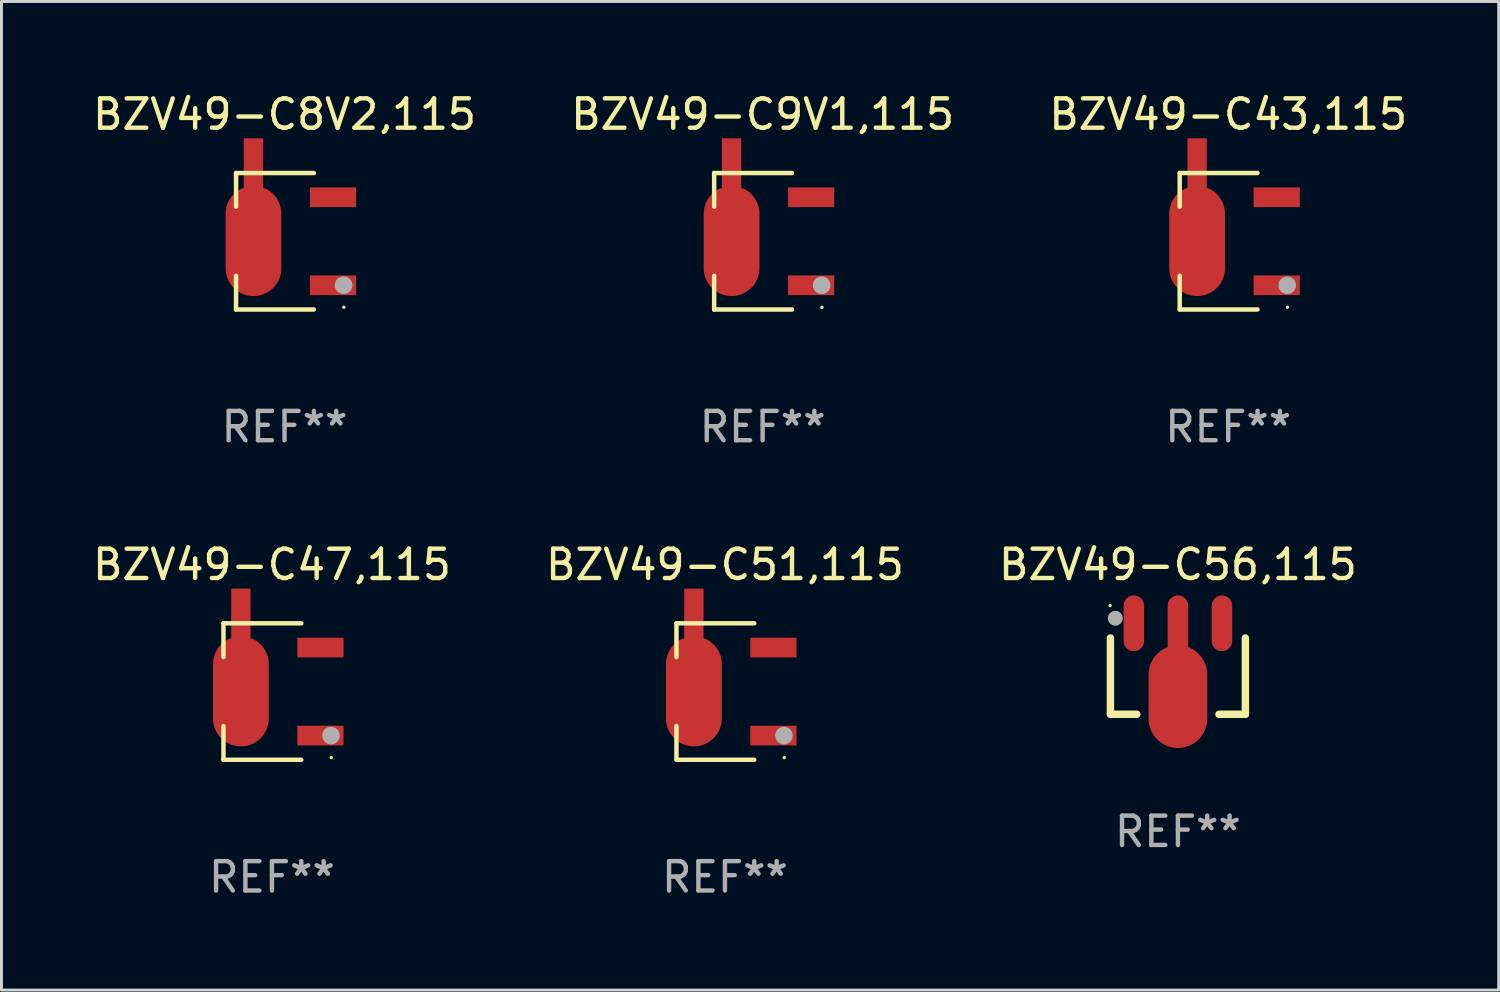
<source format=kicad_pcb>
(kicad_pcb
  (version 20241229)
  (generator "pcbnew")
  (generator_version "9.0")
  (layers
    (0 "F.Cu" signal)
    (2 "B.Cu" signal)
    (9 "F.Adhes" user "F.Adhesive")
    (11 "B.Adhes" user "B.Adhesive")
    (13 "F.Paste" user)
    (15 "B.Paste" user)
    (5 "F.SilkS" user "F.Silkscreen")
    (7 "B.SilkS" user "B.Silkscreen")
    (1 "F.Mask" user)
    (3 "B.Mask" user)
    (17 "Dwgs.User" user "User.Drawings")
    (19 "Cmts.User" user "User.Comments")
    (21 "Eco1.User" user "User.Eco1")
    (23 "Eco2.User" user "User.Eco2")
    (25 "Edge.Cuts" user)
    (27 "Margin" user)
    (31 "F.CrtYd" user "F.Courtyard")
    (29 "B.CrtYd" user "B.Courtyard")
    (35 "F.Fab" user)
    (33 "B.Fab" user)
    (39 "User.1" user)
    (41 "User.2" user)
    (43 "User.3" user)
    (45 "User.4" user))
  (footprint "BZV49-C9V1,115"
    (layer "F.Cu")
    (at 22.946 5.174)
    (property "Reference" "BZV49-C9V1,115" (at 0 -4.326 0) (layer "F.SilkS") (effects (font (size 1 1) (thickness 0.15))))
    (attr through_hole)
    (fp_line (start -1.653 -2.326) (end -1.653 -1.177) (stroke (width 0.152) (type solid)) (layer "F.SilkS"))
    (fp_line (start -1.653 2.326) (end -1.653 1.177) (stroke (width 0.152) (type solid)) (layer "F.SilkS"))
    (fp_line (start 0.999 -2.326) (end -1.653 -2.326) (stroke (width 0.152) (type solid)) (layer "F.SilkS"))
    (fp_line (start 0.999 2.326) (end -1.653 2.326) (stroke (width 0.152) (type solid)) (layer "F.SilkS"))
    (fp_circle (center 2.021 2.25) (end 2.051 2.25) (stroke (width 0.06) (type solid)) (fill no) (layer "F.SilkS"))
    (fp_circle (center 2.012 1.5) (end 2.162 1.5) (stroke (width 0.3) (type solid)) (fill no) (layer "F.Fab"))
    (fp_text user "REF**" (at 0 6.326 0) (layer "F.Fab") (effects (font (size 1 1) (thickness 0.15))))
    (pad "1" smd rect (at 1.653 1.5) (size 1.575 0.672) (layers "F.Cu" "F.Mask" "F.Paste"))
    (pad "2" smd custom (at -1.059 -0.009 90) (size 1.9 5.377) (layers "F.Cu" "F.Mask" "F.Paste") (options (anchor circle)) (primitives (gr_poly (pts (xy -0.927 -0.95) (xy 0.927 -0.95) (xy 0.972 -0.949) (xy 1.016 -0.946) (xy 1.06 -0.941) (xy 1.104 -0.933) (xy 1.148 -0.924) (xy 1.191 -0.913) (xy 1.233 -0.899) (xy 1.275 -0.884) (xy 1.316 -0.867) (xy 1.357 -0.848) (xy 1.396 -0.826) (xy 1.434 -0.804) (xy 1.471 -0.779) (xy 1.507 -0.753) (xy 1.542 -0.725) (xy 1.575 -0.695) (xy 1.607 -0.664) (xy 1.637 -0.631) (xy 1.666 -0.597) (xy 1.693 -0.562) (xy 1.719 -0.526) (xy 1.742 -0.488) (xy 1.764 -0.449) (xy 1.785 -0.409) (xy 1.803 -0.33) (xy 3.5 -0.33) (xy 3.5 0.33) (xy 1.803 0.33) (xy 1.785 0.409) (xy 1.764 0.449) (xy 1.742 0.488) (xy 1.719 0.525) (xy 1.693 0.562) (xy 1.666 0.597) (xy 1.637 0.631) (xy 1.607 0.664) (xy 1.575 0.695) (xy 1.542 0.725) (xy 1.507 0.753) (xy 1.471 0.779) (xy 1.434 0.803) (xy 1.396 0.826) (xy 1.357 0.847) (xy 1.316 0.867) (xy 1.275 0.884) (xy 1.233 0.899) (xy 1.191 0.913) (xy 1.148 0.924) (xy 1.104 0.933) (xy 1.06 0.941) (xy 1.016 0.946) (xy 0.972 0.949) (xy 0.927 0.95) (xy -0.927 0.95) (xy -0.972 0.949) (xy -1.016 0.946) (xy -1.06 0.941) (xy -1.104 0.933) (xy -1.148 0.924) (xy -1.191 0.913) (xy -1.233 0.899) (xy -1.275 0.884) (xy -1.316 0.867) (xy -1.356 0.847) (xy -1.396 0.826) (xy -1.434 0.803) (xy -1.471 0.779) (xy -1.507 0.753) (xy -1.541 0.725) (xy -1.575 0.695) (xy -1.607 0.664) (xy -1.637 0.631) (xy -1.666 0.597) (xy -1.693 0.562) (xy -1.718 0.525) (xy -1.742 0.488) (xy -1.764 0.449) (xy -1.784 0.409) (xy -1.803 0.369) (xy -1.819 0.327) (xy -1.833 0.285) (xy -1.846 0.242) (xy -1.856 0.199) (xy -1.864 0.155) (xy -1.87 0.111) (xy -1.875 0.067) (xy -1.877 0.022) (xy -1.877 -0.022) (xy -1.875 -0.067) (xy -1.87 -0.111) (xy -1.864 -0.155) (xy -1.856 -0.199) (xy -1.846 -0.242) (xy -1.833 -0.285) (xy -1.819 -0.327) (xy -1.803 -0.369) (xy -1.784 -0.409) (xy -1.764 -0.449) (xy -1.742 -0.488) (xy -1.718 -0.526) (xy -1.693 -0.562) (xy -1.666 -0.597) (xy -1.637 -0.631) (xy -1.607 -0.664) (xy -1.575 -0.695) (xy -1.541 -0.725) (xy -1.507 -0.753) (xy -1.471 -0.779) (xy -1.434 -0.804) (xy -1.396 -0.826) (xy -1.356 -0.848) (xy -1.316 -0.867) (xy -1.275 -0.884) (xy -1.233 -0.899) (xy -1.191 -0.913) (xy -1.148 -0.924) (xy -1.104 -0.933) (xy -1.06 -0.941) (xy -1.016 -0.946) (xy -0.972 -0.949) (xy -0.927 -0.95)) (width 0) (fill yes))))
    (pad "3" smd rect (at 1.653 -1.5) (size 1.575 0.672) (layers "F.Cu" "F.Mask" "F.Paste")))
  (footprint "BZV49-C56,115"
    (layer "F.Cu")
    (at 37.101 19.747)
    (property "Reference" "BZV49-C56,115" (at 0 -3.55 0) (layer "F.SilkS") (effects (font (size 1 1) (thickness 0.15))))
    (attr through_hole)
    (fp_line (start -2.3 1.55) (end -2.3 -1.05) (stroke (width 0.254) (type solid)) (layer "F.SilkS"))
    (fp_line (start -1.4 1.55) (end -2.3 1.55) (stroke (width 0.254) (type solid)) (layer "F.SilkS"))
    (fp_line (start 2.3 -1.05) (end 2.3 1.55) (stroke (width 0.254) (type solid)) (layer "F.SilkS"))
    (fp_line (start 2.3 1.55) (end 1.4 1.55) (stroke (width 0.254) (type solid)) (layer "F.SilkS"))
    (fp_circle (center -2.311 -2.154) (end -2.281 -2.154) (stroke (width 0.06) (type solid)) (fill no) (layer "F.SilkS"))
    (fp_circle (center -2.134 -1.723) (end -2.007 -1.723) (stroke (width 0.254) (type solid)) (fill no) (layer "F.Fab"))
    (fp_text user "REF**" (at 0 5.55 0) (layer "F.Fab") (effects (font (size 1 1) (thickness 0.15))))
    (pad "1" smd oval (at -1.501 -1.55) (size 0.7 1.9) (layers "F.Cu" "F.Mask" "F.Paste"))
    (pad "2" smd oval (at 0 -1.451) (size 0.7 2.1) (layers "F.Cu" "F.Mask" "F.Paste"))
    (pad "2" smd oval (at 0 0.949) (size 2 3.5) (layers "F.Cu" "F.Mask" "F.Paste"))
    (pad "3" smd oval (at 1.501 -1.55) (size 0.7 1.9) (layers "F.Cu" "F.Mask" "F.Paste")))
  (footprint "BZV49-C8V2,115"
    (layer "F.Cu")
    (at 6.649 5.174)
    (property "Reference" "BZV49-C8V2,115" (at 0 -4.326 0) (layer "F.SilkS") (effects (font (size 1 1) (thickness 0.15))))
    (attr through_hole)
    (fp_line (start -1.653 -2.326) (end -1.653 -1.177) (stroke (width 0.152) (type solid)) (layer "F.SilkS"))
    (fp_line (start -1.653 2.326) (end -1.653 1.177) (stroke (width 0.152) (type solid)) (layer "F.SilkS"))
    (fp_line (start 0.999 -2.326) (end -1.653 -2.326) (stroke (width 0.152) (type solid)) (layer "F.SilkS"))
    (fp_line (start 0.999 2.326) (end -1.653 2.326) (stroke (width 0.152) (type solid)) (layer "F.SilkS"))
    (fp_circle (center 2.021 2.25) (end 2.051 2.25) (stroke (width 0.06) (type solid)) (fill no) (layer "F.SilkS"))
    (fp_circle (center 2.012 1.5) (end 2.162 1.5) (stroke (width 0.3) (type solid)) (fill no) (layer "F.Fab"))
    (fp_text user "REF**" (at 0 6.326 0) (layer "F.Fab") (effects (font (size 1 1) (thickness 0.15))))
    (pad "1" smd rect (at 1.653 1.5) (size 1.575 0.672) (layers "F.Cu" "F.Mask" "F.Paste"))
    (pad "2" smd custom (at -1.059 -0.009 90) (size 1.9 5.377) (layers "F.Cu" "F.Mask" "F.Paste") (options (anchor circle)) (primitives (gr_poly (pts (xy -0.927 -0.95) (xy 0.927 -0.95) (xy 0.972 -0.949) (xy 1.016 -0.946) (xy 1.06 -0.941) (xy 1.104 -0.933) (xy 1.148 -0.924) (xy 1.191 -0.913) (xy 1.233 -0.899) (xy 1.275 -0.884) (xy 1.316 -0.867) (xy 1.357 -0.848) (xy 1.396 -0.826) (xy 1.434 -0.804) (xy 1.471 -0.779) (xy 1.507 -0.753) (xy 1.542 -0.725) (xy 1.575 -0.695) (xy 1.607 -0.664) (xy 1.637 -0.631) (xy 1.666 -0.597) (xy 1.693 -0.562) (xy 1.719 -0.526) (xy 1.742 -0.488) (xy 1.764 -0.449) (xy 1.785 -0.409) (xy 1.803 -0.33) (xy 3.5 -0.33) (xy 3.5 0.33) (xy 1.803 0.33) (xy 1.785 0.409) (xy 1.764 0.449) (xy 1.742 0.488) (xy 1.719 0.525) (xy 1.693 0.562) (xy 1.666 0.597) (xy 1.637 0.631) (xy 1.607 0.664) (xy 1.575 0.695) (xy 1.542 0.725) (xy 1.507 0.753) (xy 1.471 0.779) (xy 1.434 0.803) (xy 1.396 0.826) (xy 1.357 0.847) (xy 1.316 0.867) (xy 1.275 0.884) (xy 1.233 0.899) (xy 1.191 0.913) (xy 1.148 0.924) (xy 1.104 0.933) (xy 1.06 0.941) (xy 1.016 0.946) (xy 0.972 0.949) (xy 0.927 0.95) (xy -0.927 0.95) (xy -0.972 0.949) (xy -1.016 0.946) (xy -1.06 0.941) (xy -1.104 0.933) (xy -1.148 0.924) (xy -1.191 0.913) (xy -1.233 0.899) (xy -1.275 0.884) (xy -1.316 0.867) (xy -1.356 0.847) (xy -1.396 0.826) (xy -1.434 0.803) (xy -1.471 0.779) (xy -1.507 0.753) (xy -1.541 0.725) (xy -1.575 0.695) (xy -1.607 0.664) (xy -1.637 0.631) (xy -1.666 0.597) (xy -1.693 0.562) (xy -1.718 0.525) (xy -1.742 0.488) (xy -1.764 0.449) (xy -1.784 0.409) (xy -1.803 0.369) (xy -1.819 0.327) (xy -1.833 0.285) (xy -1.846 0.242) (xy -1.856 0.199) (xy -1.864 0.155) (xy -1.87 0.111) (xy -1.875 0.067) (xy -1.877 0.022) (xy -1.877 -0.022) (xy -1.875 -0.067) (xy -1.87 -0.111) (xy -1.864 -0.155) (xy -1.856 -0.199) (xy -1.846 -0.242) (xy -1.833 -0.285) (xy -1.819 -0.327) (xy -1.803 -0.369) (xy -1.784 -0.409) (xy -1.764 -0.449) (xy -1.742 -0.488) (xy -1.718 -0.526) (xy -1.693 -0.562) (xy -1.666 -0.597) (xy -1.637 -0.631) (xy -1.607 -0.664) (xy -1.575 -0.695) (xy -1.541 -0.725) (xy -1.507 -0.753) (xy -1.471 -0.779) (xy -1.434 -0.804) (xy -1.396 -0.826) (xy -1.356 -0.848) (xy -1.316 -0.867) (xy -1.275 -0.884) (xy -1.233 -0.899) (xy -1.191 -0.913) (xy -1.148 -0.924) (xy -1.104 -0.933) (xy -1.06 -0.941) (xy -1.016 -0.946) (xy -0.972 -0.949) (xy -0.927 -0.95)) (width 0) (fill yes))))
    (pad "3" smd rect (at 1.653 -1.5) (size 1.575 0.672) (layers "F.Cu" "F.Mask" "F.Paste")))
  (footprint "BZV49-C51,115"
    (layer "F.Cu")
    (at 21.661 20.523)
    (property "Reference" "BZV49-C51,115" (at 0 -4.326 0) (layer "F.SilkS") (effects (font (size 1 1) (thickness 0.15))))
    (attr through_hole)
    (fp_line (start -1.653 -2.326) (end -1.653 -1.177) (stroke (width 0.152) (type solid)) (layer "F.SilkS"))
    (fp_line (start -1.653 2.326) (end -1.653 1.177) (stroke (width 0.152) (type solid)) (layer "F.SilkS"))
    (fp_line (start 0.999 -2.326) (end -1.653 -2.326) (stroke (width 0.152) (type solid)) (layer "F.SilkS"))
    (fp_line (start 0.999 2.326) (end -1.653 2.326) (stroke (width 0.152) (type solid)) (layer "F.SilkS"))
    (fp_circle (center 2.021 2.25) (end 2.051 2.25) (stroke (width 0.06) (type solid)) (fill no) (layer "F.SilkS"))
    (fp_circle (center 2.012 1.5) (end 2.162 1.5) (stroke (width 0.3) (type solid)) (fill no) (layer "F.Fab"))
    (fp_text user "REF**" (at 0 6.326 0) (layer "F.Fab") (effects (font (size 1 1) (thickness 0.15))))
    (pad "1" smd rect (at 1.653 1.5) (size 1.575 0.672) (layers "F.Cu" "F.Mask" "F.Paste"))
    (pad "2" smd custom (at -1.059 -0.009 90) (size 1.9 5.377) (layers "F.Cu" "F.Mask" "F.Paste") (options (anchor circle)) (primitives (gr_poly (pts (xy -0.927 -0.95) (xy 0.927 -0.95) (xy 0.972 -0.949) (xy 1.016 -0.946) (xy 1.06 -0.941) (xy 1.104 -0.933) (xy 1.148 -0.924) (xy 1.191 -0.913) (xy 1.233 -0.899) (xy 1.275 -0.884) (xy 1.316 -0.867) (xy 1.357 -0.848) (xy 1.396 -0.826) (xy 1.434 -0.804) (xy 1.471 -0.779) (xy 1.507 -0.753) (xy 1.542 -0.725) (xy 1.575 -0.695) (xy 1.607 -0.664) (xy 1.637 -0.631) (xy 1.666 -0.597) (xy 1.693 -0.562) (xy 1.719 -0.526) (xy 1.742 -0.488) (xy 1.764 -0.449) (xy 1.785 -0.409) (xy 1.803 -0.33) (xy 3.5 -0.33) (xy 3.5 0.33) (xy 1.803 0.33) (xy 1.785 0.409) (xy 1.764 0.449) (xy 1.742 0.488) (xy 1.719 0.525) (xy 1.693 0.562) (xy 1.666 0.597) (xy 1.637 0.631) (xy 1.607 0.664) (xy 1.575 0.695) (xy 1.542 0.725) (xy 1.507 0.753) (xy 1.471 0.779) (xy 1.434 0.803) (xy 1.396 0.826) (xy 1.357 0.847) (xy 1.316 0.867) (xy 1.275 0.884) (xy 1.233 0.899) (xy 1.191 0.913) (xy 1.148 0.924) (xy 1.104 0.933) (xy 1.06 0.941) (xy 1.016 0.946) (xy 0.972 0.949) (xy 0.927 0.95) (xy -0.927 0.95) (xy -0.972 0.949) (xy -1.016 0.946) (xy -1.06 0.941) (xy -1.104 0.933) (xy -1.148 0.924) (xy -1.191 0.913) (xy -1.233 0.899) (xy -1.275 0.884) (xy -1.316 0.867) (xy -1.356 0.847) (xy -1.396 0.826) (xy -1.434 0.803) (xy -1.471 0.779) (xy -1.507 0.753) (xy -1.541 0.725) (xy -1.575 0.695) (xy -1.607 0.664) (xy -1.637 0.631) (xy -1.666 0.597) (xy -1.693 0.562) (xy -1.718 0.525) (xy -1.742 0.488) (xy -1.764 0.449) (xy -1.784 0.409) (xy -1.803 0.369) (xy -1.819 0.327) (xy -1.833 0.285) (xy -1.846 0.242) (xy -1.856 0.199) (xy -1.864 0.155) (xy -1.87 0.111) (xy -1.875 0.067) (xy -1.877 0.022) (xy -1.877 -0.022) (xy -1.875 -0.067) (xy -1.87 -0.111) (xy -1.864 -0.155) (xy -1.856 -0.199) (xy -1.846 -0.242) (xy -1.833 -0.285) (xy -1.819 -0.327) (xy -1.803 -0.369) (xy -1.784 -0.409) (xy -1.764 -0.449) (xy -1.742 -0.488) (xy -1.718 -0.526) (xy -1.693 -0.562) (xy -1.666 -0.597) (xy -1.637 -0.631) (xy -1.607 -0.664) (xy -1.575 -0.695) (xy -1.541 -0.725) (xy -1.507 -0.753) (xy -1.471 -0.779) (xy -1.434 -0.804) (xy -1.396 -0.826) (xy -1.356 -0.848) (xy -1.316 -0.867) (xy -1.275 -0.884) (xy -1.233 -0.899) (xy -1.191 -0.913) (xy -1.148 -0.924) (xy -1.104 -0.933) (xy -1.06 -0.941) (xy -1.016 -0.946) (xy -0.972 -0.949) (xy -0.927 -0.95)) (width 0) (fill yes))))
    (pad "3" smd rect (at 1.653 -1.5) (size 1.575 0.672) (layers "F.Cu" "F.Mask" "F.Paste")))
  (footprint "BZV49-C47,115"
    (layer "F.Cu")
    (at 6.22 20.523)
    (property "Reference" "BZV49-C47,115" (at 0 -4.326 0) (layer "F.SilkS") (effects (font (size 1 1) (thickness 0.15))))
    (attr through_hole)
    (fp_line (start -1.653 -2.326) (end -1.653 -1.177) (stroke (width 0.152) (type solid)) (layer "F.SilkS"))
    (fp_line (start -1.653 2.326) (end -1.653 1.177) (stroke (width 0.152) (type solid)) (layer "F.SilkS"))
    (fp_line (start 0.999 -2.326) (end -1.653 -2.326) (stroke (width 0.152) (type solid)) (layer "F.SilkS"))
    (fp_line (start 0.999 2.326) (end -1.653 2.326) (stroke (width 0.152) (type solid)) (layer "F.SilkS"))
    (fp_circle (center 2.021 2.25) (end 2.051 2.25) (stroke (width 0.06) (type solid)) (fill no) (layer "F.SilkS"))
    (fp_circle (center 2.012 1.5) (end 2.162 1.5) (stroke (width 0.3) (type solid)) (fill no) (layer "F.Fab"))
    (fp_text user "REF**" (at 0 6.326 0) (layer "F.Fab") (effects (font (size 1 1) (thickness 0.15))))
    (pad "1" smd rect (at 1.653 1.5) (size 1.575 0.672) (layers "F.Cu" "F.Mask" "F.Paste"))
    (pad "2" smd custom (at -1.059 -0.009 90) (size 1.9 5.377) (layers "F.Cu" "F.Mask" "F.Paste") (options (anchor circle)) (primitives (gr_poly (pts (xy -0.927 -0.95) (xy 0.927 -0.95) (xy 0.972 -0.949) (xy 1.016 -0.946) (xy 1.06 -0.941) (xy 1.104 -0.933) (xy 1.148 -0.924) (xy 1.191 -0.913) (xy 1.233 -0.899) (xy 1.275 -0.884) (xy 1.316 -0.867) (xy 1.357 -0.848) (xy 1.396 -0.826) (xy 1.434 -0.804) (xy 1.471 -0.779) (xy 1.507 -0.753) (xy 1.542 -0.725) (xy 1.575 -0.695) (xy 1.607 -0.664) (xy 1.637 -0.631) (xy 1.666 -0.597) (xy 1.693 -0.562) (xy 1.719 -0.526) (xy 1.742 -0.488) (xy 1.764 -0.449) (xy 1.785 -0.409) (xy 1.803 -0.33) (xy 3.5 -0.33) (xy 3.5 0.33) (xy 1.803 0.33) (xy 1.785 0.409) (xy 1.764 0.449) (xy 1.742 0.488) (xy 1.719 0.525) (xy 1.693 0.562) (xy 1.666 0.597) (xy 1.637 0.631) (xy 1.607 0.664) (xy 1.575 0.695) (xy 1.542 0.725) (xy 1.507 0.753) (xy 1.471 0.779) (xy 1.434 0.803) (xy 1.396 0.826) (xy 1.357 0.847) (xy 1.316 0.867) (xy 1.275 0.884) (xy 1.233 0.899) (xy 1.191 0.913) (xy 1.148 0.924) (xy 1.104 0.933) (xy 1.06 0.941) (xy 1.016 0.946) (xy 0.972 0.949) (xy 0.927 0.95) (xy -0.927 0.95) (xy -0.972 0.949) (xy -1.016 0.946) (xy -1.06 0.941) (xy -1.104 0.933) (xy -1.148 0.924) (xy -1.191 0.913) (xy -1.233 0.899) (xy -1.275 0.884) (xy -1.316 0.867) (xy -1.356 0.847) (xy -1.396 0.826) (xy -1.434 0.803) (xy -1.471 0.779) (xy -1.507 0.753) (xy -1.541 0.725) (xy -1.575 0.695) (xy -1.607 0.664) (xy -1.637 0.631) (xy -1.666 0.597) (xy -1.693 0.562) (xy -1.718 0.525) (xy -1.742 0.488) (xy -1.764 0.449) (xy -1.784 0.409) (xy -1.803 0.369) (xy -1.819 0.327) (xy -1.833 0.285) (xy -1.846 0.242) (xy -1.856 0.199) (xy -1.864 0.155) (xy -1.87 0.111) (xy -1.875 0.067) (xy -1.877 0.022) (xy -1.877 -0.022) (xy -1.875 -0.067) (xy -1.87 -0.111) (xy -1.864 -0.155) (xy -1.856 -0.199) (xy -1.846 -0.242) (xy -1.833 -0.285) (xy -1.819 -0.327) (xy -1.803 -0.369) (xy -1.784 -0.409) (xy -1.764 -0.449) (xy -1.742 -0.488) (xy -1.718 -0.526) (xy -1.693 -0.562) (xy -1.666 -0.597) (xy -1.637 -0.631) (xy -1.607 -0.664) (xy -1.575 -0.695) (xy -1.541 -0.725) (xy -1.507 -0.753) (xy -1.471 -0.779) (xy -1.434 -0.804) (xy -1.396 -0.826) (xy -1.356 -0.848) (xy -1.316 -0.867) (xy -1.275 -0.884) (xy -1.233 -0.899) (xy -1.191 -0.913) (xy -1.148 -0.924) (xy -1.104 -0.933) (xy -1.06 -0.941) (xy -1.016 -0.946) (xy -0.972 -0.949) (xy -0.927 -0.95)) (width 0) (fill yes))))
    (pad "3" smd rect (at 1.653 -1.5) (size 1.575 0.672) (layers "F.Cu" "F.Mask" "F.Paste")))
  (footprint "BZV49-C43,115"
    (layer "F.Cu")
    (at 38.815 5.174)
    (property "Reference" "BZV49-C43,115" (at 0 -4.326 0) (layer "F.SilkS") (effects (font (size 1 1) (thickness 0.15))))
    (attr through_hole)
    (fp_line (start -1.653 -2.326) (end -1.653 -1.177) (stroke (width 0.152) (type solid)) (layer "F.SilkS"))
    (fp_line (start -1.653 2.326) (end -1.653 1.177) (stroke (width 0.152) (type solid)) (layer "F.SilkS"))
    (fp_line (start 0.999 -2.326) (end -1.653 -2.326) (stroke (width 0.152) (type solid)) (layer "F.SilkS"))
    (fp_line (start 0.999 2.326) (end -1.653 2.326) (stroke (width 0.152) (type solid)) (layer "F.SilkS"))
    (fp_circle (center 2.021 2.25) (end 2.051 2.25) (stroke (width 0.06) (type solid)) (fill no) (layer "F.SilkS"))
    (fp_circle (center 2.012 1.5) (end 2.162 1.5) (stroke (width 0.3) (type solid)) (fill no) (layer "F.Fab"))
    (fp_text user "REF**" (at 0 6.326 0) (layer "F.Fab") (effects (font (size 1 1) (thickness 0.15))))
    (pad "1" smd rect (at 1.653 1.5) (size 1.575 0.672) (layers "F.Cu" "F.Mask" "F.Paste"))
    (pad "2" smd custom (at -1.059 -0.009 90) (size 1.9 5.377) (layers "F.Cu" "F.Mask" "F.Paste") (options (anchor circle)) (primitives (gr_poly (pts (xy -0.927 -0.95) (xy 0.927 -0.95) (xy 0.972 -0.949) (xy 1.016 -0.946) (xy 1.06 -0.941) (xy 1.104 -0.933) (xy 1.148 -0.924) (xy 1.191 -0.913) (xy 1.233 -0.899) (xy 1.275 -0.884) (xy 1.316 -0.867) (xy 1.357 -0.848) (xy 1.396 -0.826) (xy 1.434 -0.804) (xy 1.471 -0.779) (xy 1.507 -0.753) (xy 1.542 -0.725) (xy 1.575 -0.695) (xy 1.607 -0.664) (xy 1.637 -0.631) (xy 1.666 -0.597) (xy 1.693 -0.562) (xy 1.719 -0.526) (xy 1.742 -0.488) (xy 1.764 -0.449) (xy 1.785 -0.409) (xy 1.803 -0.33) (xy 3.5 -0.33) (xy 3.5 0.33) (xy 1.803 0.33) (xy 1.785 0.409) (xy 1.764 0.449) (xy 1.742 0.488) (xy 1.719 0.525) (xy 1.693 0.562) (xy 1.666 0.597) (xy 1.637 0.631) (xy 1.607 0.664) (xy 1.575 0.695) (xy 1.542 0.725) (xy 1.507 0.753) (xy 1.471 0.779) (xy 1.434 0.803) (xy 1.396 0.826) (xy 1.357 0.847) (xy 1.316 0.867) (xy 1.275 0.884) (xy 1.233 0.899) (xy 1.191 0.913) (xy 1.148 0.924) (xy 1.104 0.933) (xy 1.06 0.941) (xy 1.016 0.946) (xy 0.972 0.949) (xy 0.927 0.95) (xy -0.927 0.95) (xy -0.972 0.949) (xy -1.016 0.946) (xy -1.06 0.941) (xy -1.104 0.933) (xy -1.148 0.924) (xy -1.191 0.913) (xy -1.233 0.899) (xy -1.275 0.884) (xy -1.316 0.867) (xy -1.356 0.847) (xy -1.396 0.826) (xy -1.434 0.803) (xy -1.471 0.779) (xy -1.507 0.753) (xy -1.541 0.725) (xy -1.575 0.695) (xy -1.607 0.664) (xy -1.637 0.631) (xy -1.666 0.597) (xy -1.693 0.562) (xy -1.718 0.525) (xy -1.742 0.488) (xy -1.764 0.449) (xy -1.784 0.409) (xy -1.803 0.369) (xy -1.819 0.327) (xy -1.833 0.285) (xy -1.846 0.242) (xy -1.856 0.199) (xy -1.864 0.155) (xy -1.87 0.111) (xy -1.875 0.067) (xy -1.877 0.022) (xy -1.877 -0.022) (xy -1.875 -0.067) (xy -1.87 -0.111) (xy -1.864 -0.155) (xy -1.856 -0.199) (xy -1.846 -0.242) (xy -1.833 -0.285) (xy -1.819 -0.327) (xy -1.803 -0.369) (xy -1.784 -0.409) (xy -1.764 -0.449) (xy -1.742 -0.488) (xy -1.718 -0.526) (xy -1.693 -0.562) (xy -1.666 -0.597) (xy -1.637 -0.631) (xy -1.607 -0.664) (xy -1.575 -0.695) (xy -1.541 -0.725) (xy -1.507 -0.753) (xy -1.471 -0.779) (xy -1.434 -0.804) (xy -1.396 -0.826) (xy -1.356 -0.848) (xy -1.316 -0.867) (xy -1.275 -0.884) (xy -1.233 -0.899) (xy -1.191 -0.913) (xy -1.148 -0.924) (xy -1.104 -0.933) (xy -1.06 -0.941) (xy -1.016 -0.946) (xy -0.972 -0.949) (xy -0.927 -0.95)) (width 0) (fill yes))))
    (pad "3" smd rect (at 1.653 -1.5) (size 1.575 0.672) (layers "F.Cu" "F.Mask" "F.Paste")))
  (gr_rect
    (start -3 -3)
    (end 48.036 30.698)
    (stroke (width 0.1) (type default))
    (fill no)
    (layer "Edge.Cuts")))
</source>
